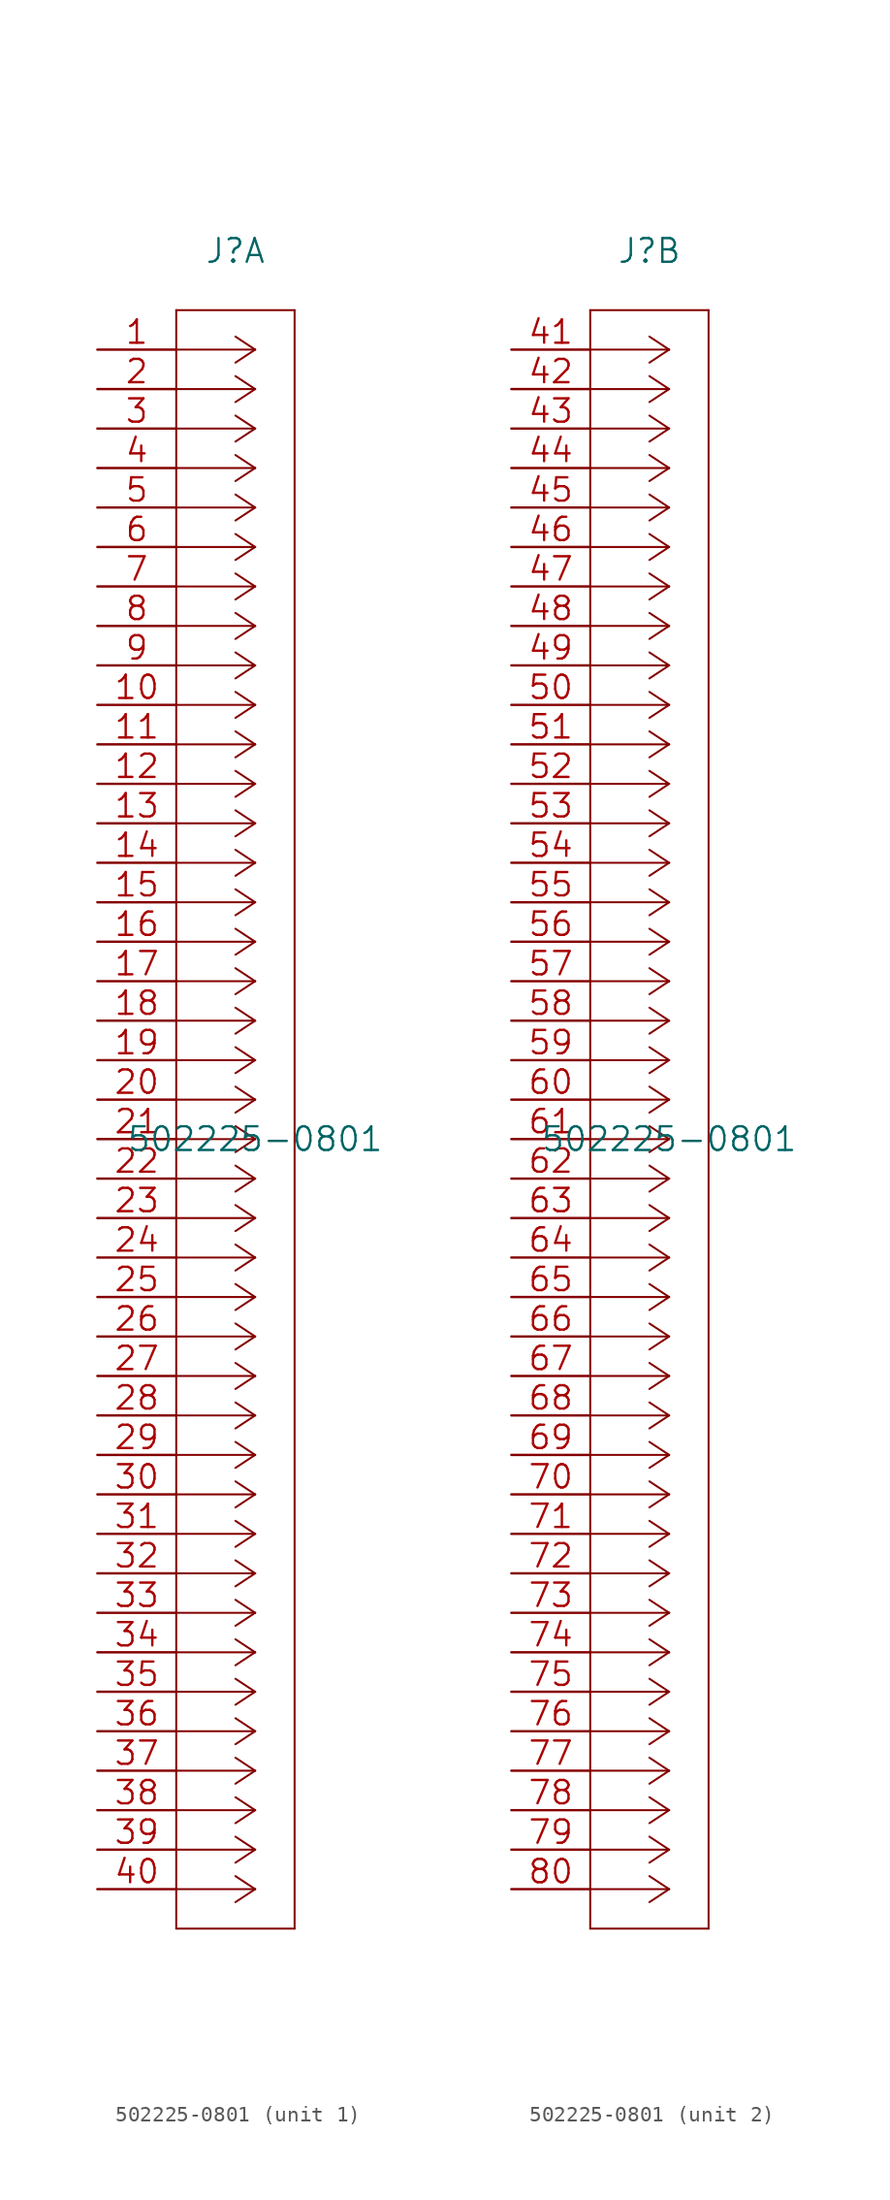
<source format=kicad_sym>
(kicad_symbol_lib
  (version 20211014)
  (generator kicad_symbol_editor)
  (symbol "502225-0801"
    (pin_names
      (offset 0.254) hide)
    (property "Reference" "J"
      (at 8.89 6.35 0)
      (effects (font (size 1.524 1.524))))
    (property "Value" "502225-0801"
      (at 10.16 -50.8 0)
      (effects (font (size 1.524 1.524))))
    (property "Datasheet" ""
      (at 0 0 0)
      (effects (font (size 1.524 1.524))))
    (property "ki_locked" ""
      (at 0 0 0)
      (effects (font (size 1.27 1.27))))
    (symbol "502225-0801_1_1"
      (polyline (pts (xy 5.08 -101.6) (xy 12.7 -101.6)) (stroke (width 0.127) (type default) (color 0 0 0 0)) (fill (type none)))
      (polyline (pts (xy 5.08 2.54) (xy 5.08 -101.6)) (stroke (width 0.127) (type default) (color 0 0 0 0)) (fill (type none)))
      (polyline (pts (xy 10.16 -99.06) (xy 5.08 -99.06)) (stroke (width 0.127) (type default) (color 0 0 0 0)) (fill (type none)))
      (polyline (pts (xy 10.16 -99.06) (xy 8.89 -99.898)) (stroke (width 0.127) (type default) (color 0 0 0 0)) (fill (type none)))
      (polyline (pts (xy 10.16 -99.06) (xy 8.89 -98.222)) (stroke (width 0.127) (type default) (color 0 0 0 0)) (fill (type none)))
      (polyline (pts (xy 10.16 -96.52) (xy 5.08 -96.52)) (stroke (width 0.127) (type default) (color 0 0 0 0)) (fill (type none)))
      (polyline (pts (xy 10.16 -96.52) (xy 8.89 -97.358)) (stroke (width 0.127) (type default) (color 0 0 0 0)) (fill (type none)))
      (polyline (pts (xy 10.16 -96.52) (xy 8.89 -95.682)) (stroke (width 0.127) (type default) (color 0 0 0 0)) (fill (type none)))
      (polyline (pts (xy 10.16 -93.98) (xy 5.08 -93.98)) (stroke (width 0.127) (type default) (color 0 0 0 0)) (fill (type none)))
      (polyline (pts (xy 10.16 -93.98) (xy 8.89 -94.818)) (stroke (width 0.127) (type default) (color 0 0 0 0)) (fill (type none)))
      (polyline (pts (xy 10.16 -93.98) (xy 8.89 -93.142)) (stroke (width 0.127) (type default) (color 0 0 0 0)) (fill (type none)))
      (polyline (pts (xy 10.16 -91.44) (xy 5.08 -91.44)) (stroke (width 0.127) (type default) (color 0 0 0 0)) (fill (type none)))
      (polyline (pts (xy 10.16 -91.44) (xy 8.89 -92.278)) (stroke (width 0.127) (type default) (color 0 0 0 0)) (fill (type none)))
      (polyline (pts (xy 10.16 -91.44) (xy 8.89 -90.602)) (stroke (width 0.127) (type default) (color 0 0 0 0)) (fill (type none)))
      (polyline (pts (xy 10.16 -88.9) (xy 5.08 -88.9)) (stroke (width 0.127) (type default) (color 0 0 0 0)) (fill (type none)))
      (polyline (pts (xy 10.16 -88.9) (xy 8.89 -89.738)) (stroke (width 0.127) (type default) (color 0 0 0 0)) (fill (type none)))
      (polyline (pts (xy 10.16 -88.9) (xy 8.89 -88.062)) (stroke (width 0.127) (type default) (color 0 0 0 0)) (fill (type none)))
      (polyline (pts (xy 10.16 -86.36) (xy 5.08 -86.36)) (stroke (width 0.127) (type default) (color 0 0 0 0)) (fill (type none)))
      (polyline (pts (xy 10.16 -86.36) (xy 8.89 -87.198)) (stroke (width 0.127) (type default) (color 0 0 0 0)) (fill (type none)))
      (polyline (pts (xy 10.16 -86.36) (xy 8.89 -85.522)) (stroke (width 0.127) (type default) (color 0 0 0 0)) (fill (type none)))
      (polyline (pts (xy 10.16 -83.82) (xy 5.08 -83.82)) (stroke (width 0.127) (type default) (color 0 0 0 0)) (fill (type none)))
      (polyline (pts (xy 10.16 -83.82) (xy 8.89 -84.658)) (stroke (width 0.127) (type default) (color 0 0 0 0)) (fill (type none)))
      (polyline (pts (xy 10.16 -83.82) (xy 8.89 -82.982)) (stroke (width 0.127) (type default) (color 0 0 0 0)) (fill (type none)))
      (polyline (pts (xy 10.16 -81.28) (xy 5.08 -81.28)) (stroke (width 0.127) (type default) (color 0 0 0 0)) (fill (type none)))
      (polyline (pts (xy 10.16 -81.28) (xy 8.89 -82.118)) (stroke (width 0.127) (type default) (color 0 0 0 0)) (fill (type none)))
      (polyline (pts (xy 10.16 -81.28) (xy 8.89 -80.442)) (stroke (width 0.127) (type default) (color 0 0 0 0)) (fill (type none)))
      (polyline (pts (xy 10.16 -78.74) (xy 5.08 -78.74)) (stroke (width 0.127) (type default) (color 0 0 0 0)) (fill (type none)))
      (polyline (pts (xy 10.16 -78.74) (xy 8.89 -79.578)) (stroke (width 0.127) (type default) (color 0 0 0 0)) (fill (type none)))
      (polyline (pts (xy 10.16 -78.74) (xy 8.89 -77.902)) (stroke (width 0.127) (type default) (color 0 0 0 0)) (fill (type none)))
      (polyline (pts (xy 10.16 -76.2) (xy 5.08 -76.2)) (stroke (width 0.127) (type default) (color 0 0 0 0)) (fill (type none)))
      (polyline (pts (xy 10.16 -76.2) (xy 8.89 -77.038)) (stroke (width 0.127) (type default) (color 0 0 0 0)) (fill (type none)))
      (polyline (pts (xy 10.16 -76.2) (xy 8.89 -75.362)) (stroke (width 0.127) (type default) (color 0 0 0 0)) (fill (type none)))
      (polyline (pts (xy 10.16 -73.66) (xy 5.08 -73.66)) (stroke (width 0.127) (type default) (color 0 0 0 0)) (fill (type none)))
      (polyline (pts (xy 10.16 -73.66) (xy 8.89 -74.498)) (stroke (width 0.127) (type default) (color 0 0 0 0)) (fill (type none)))
      (polyline (pts (xy 10.16 -73.66) (xy 8.89 -72.822)) (stroke (width 0.127) (type default) (color 0 0 0 0)) (fill (type none)))
      (polyline (pts (xy 10.16 -71.12) (xy 5.08 -71.12)) (stroke (width 0.127) (type default) (color 0 0 0 0)) (fill (type none)))
      (polyline (pts (xy 10.16 -71.12) (xy 8.89 -71.958)) (stroke (width 0.127) (type default) (color 0 0 0 0)) (fill (type none)))
      (polyline (pts (xy 10.16 -71.12) (xy 8.89 -70.282)) (stroke (width 0.127) (type default) (color 0 0 0 0)) (fill (type none)))
      (polyline (pts (xy 10.16 -68.58) (xy 5.08 -68.58)) (stroke (width 0.127) (type default) (color 0 0 0 0)) (fill (type none)))
      (polyline (pts (xy 10.16 -68.58) (xy 8.89 -69.418)) (stroke (width 0.127) (type default) (color 0 0 0 0)) (fill (type none)))
      (polyline (pts (xy 10.16 -68.58) (xy 8.89 -67.742)) (stroke (width 0.127) (type default) (color 0 0 0 0)) (fill (type none)))
      (polyline (pts (xy 10.16 -66.04) (xy 5.08 -66.04)) (stroke (width 0.127) (type default) (color 0 0 0 0)) (fill (type none)))
      (polyline (pts (xy 10.16 -66.04) (xy 8.89 -66.878)) (stroke (width 0.127) (type default) (color 0 0 0 0)) (fill (type none)))
      (polyline (pts (xy 10.16 -66.04) (xy 8.89 -65.202)) (stroke (width 0.127) (type default) (color 0 0 0 0)) (fill (type none)))
      (polyline (pts (xy 10.16 -63.5) (xy 5.08 -63.5)) (stroke (width 0.127) (type default) (color 0 0 0 0)) (fill (type none)))
      (polyline (pts (xy 10.16 -63.5) (xy 8.89 -64.338)) (stroke (width 0.127) (type default) (color 0 0 0 0)) (fill (type none)))
      (polyline (pts (xy 10.16 -63.5) (xy 8.89 -62.662)) (stroke (width 0.127) (type default) (color 0 0 0 0)) (fill (type none)))
      (polyline (pts (xy 10.16 -60.96) (xy 5.08 -60.96)) (stroke (width 0.127) (type default) (color 0 0 0 0)) (fill (type none)))
      (polyline (pts (xy 10.16 -60.96) (xy 8.89 -61.798)) (stroke (width 0.127) (type default) (color 0 0 0 0)) (fill (type none)))
      (polyline (pts (xy 10.16 -60.96) (xy 8.89 -60.122)) (stroke (width 0.127) (type default) (color 0 0 0 0)) (fill (type none)))
      (polyline (pts (xy 10.16 -58.42) (xy 5.08 -58.42)) (stroke (width 0.127) (type default) (color 0 0 0 0)) (fill (type none)))
      (polyline (pts (xy 10.16 -58.42) (xy 8.89 -59.258)) (stroke (width 0.127) (type default) (color 0 0 0 0)) (fill (type none)))
      (polyline (pts (xy 10.16 -58.42) (xy 8.89 -57.582)) (stroke (width 0.127) (type default) (color 0 0 0 0)) (fill (type none)))
      (polyline (pts (xy 10.16 -55.88) (xy 5.08 -55.88)) (stroke (width 0.127) (type default) (color 0 0 0 0)) (fill (type none)))
      (polyline (pts (xy 10.16 -55.88) (xy 8.89 -56.718)) (stroke (width 0.127) (type default) (color 0 0 0 0)) (fill (type none)))
      (polyline (pts (xy 10.16 -55.88) (xy 8.89 -55.042)) (stroke (width 0.127) (type default) (color 0 0 0 0)) (fill (type none)))
      (polyline (pts (xy 10.16 -53.34) (xy 5.08 -53.34)) (stroke (width 0.127) (type default) (color 0 0 0 0)) (fill (type none)))
      (polyline (pts (xy 10.16 -53.34) (xy 8.89 -54.178)) (stroke (width 0.127) (type default) (color 0 0 0 0)) (fill (type none)))
      (polyline (pts (xy 10.16 -53.34) (xy 8.89 -52.502)) (stroke (width 0.127) (type default) (color 0 0 0 0)) (fill (type none)))
      (polyline (pts (xy 10.16 -50.8) (xy 5.08 -50.8)) (stroke (width 0.127) (type default) (color 0 0 0 0)) (fill (type none)))
      (polyline (pts (xy 10.16 -50.8) (xy 8.89 -51.638)) (stroke (width 0.127) (type default) (color 0 0 0 0)) (fill (type none)))
      (polyline (pts (xy 10.16 -50.8) (xy 8.89 -49.962)) (stroke (width 0.127) (type default) (color 0 0 0 0)) (fill (type none)))
      (polyline (pts (xy 10.16 -48.26) (xy 5.08 -48.26)) (stroke (width 0.127) (type default) (color 0 0 0 0)) (fill (type none)))
      (polyline (pts (xy 10.16 -48.26) (xy 8.89 -49.098)) (stroke (width 0.127) (type default) (color 0 0 0 0)) (fill (type none)))
      (polyline (pts (xy 10.16 -48.26) (xy 8.89 -47.422)) (stroke (width 0.127) (type default) (color 0 0 0 0)) (fill (type none)))
      (polyline (pts (xy 10.16 -45.72) (xy 5.08 -45.72)) (stroke (width 0.127) (type default) (color 0 0 0 0)) (fill (type none)))
      (polyline (pts (xy 10.16 -45.72) (xy 8.89 -46.558)) (stroke (width 0.127) (type default) (color 0 0 0 0)) (fill (type none)))
      (polyline (pts (xy 10.16 -45.72) (xy 8.89 -44.882)) (stroke (width 0.127) (type default) (color 0 0 0 0)) (fill (type none)))
      (polyline (pts (xy 10.16 -43.18) (xy 5.08 -43.18)) (stroke (width 0.127) (type default) (color 0 0 0 0)) (fill (type none)))
      (polyline (pts (xy 10.16 -43.18) (xy 8.89 -44.018)) (stroke (width 0.127) (type default) (color 0 0 0 0)) (fill (type none)))
      (polyline (pts (xy 10.16 -43.18) (xy 8.89 -42.342)) (stroke (width 0.127) (type default) (color 0 0 0 0)) (fill (type none)))
      (polyline (pts (xy 10.16 -40.64) (xy 5.08 -40.64)) (stroke (width 0.127) (type default) (color 0 0 0 0)) (fill (type none)))
      (polyline (pts (xy 10.16 -40.64) (xy 8.89 -41.478)) (stroke (width 0.127) (type default) (color 0 0 0 0)) (fill (type none)))
      (polyline (pts (xy 10.16 -40.64) (xy 8.89 -39.802)) (stroke (width 0.127) (type default) (color 0 0 0 0)) (fill (type none)))
      (polyline (pts (xy 10.16 -38.1) (xy 5.08 -38.1)) (stroke (width 0.127) (type default) (color 0 0 0 0)) (fill (type none)))
      (polyline (pts (xy 10.16 -38.1) (xy 8.89 -38.938)) (stroke (width 0.127) (type default) (color 0 0 0 0)) (fill (type none)))
      (polyline (pts (xy 10.16 -38.1) (xy 8.89 -37.262)) (stroke (width 0.127) (type default) (color 0 0 0 0)) (fill (type none)))
      (polyline (pts (xy 10.16 -35.56) (xy 5.08 -35.56)) (stroke (width 0.127) (type default) (color 0 0 0 0)) (fill (type none)))
      (polyline (pts (xy 10.16 -35.56) (xy 8.89 -36.398)) (stroke (width 0.127) (type default) (color 0 0 0 0)) (fill (type none)))
      (polyline (pts (xy 10.16 -35.56) (xy 8.89 -34.722)) (stroke (width 0.127) (type default) (color 0 0 0 0)) (fill (type none)))
      (polyline (pts (xy 10.16 -33.02) (xy 5.08 -33.02)) (stroke (width 0.127) (type default) (color 0 0 0 0)) (fill (type none)))
      (polyline (pts (xy 10.16 -33.02) (xy 8.89 -33.858)) (stroke (width 0.127) (type default) (color 0 0 0 0)) (fill (type none)))
      (polyline (pts (xy 10.16 -33.02) (xy 8.89 -32.182)) (stroke (width 0.127) (type default) (color 0 0 0 0)) (fill (type none)))
      (polyline (pts (xy 10.16 -30.48) (xy 5.08 -30.48)) (stroke (width 0.127) (type default) (color 0 0 0 0)) (fill (type none)))
      (polyline (pts (xy 10.16 -30.48) (xy 8.89 -31.318)) (stroke (width 0.127) (type default) (color 0 0 0 0)) (fill (type none)))
      (polyline (pts (xy 10.16 -30.48) (xy 8.89 -29.642)) (stroke (width 0.127) (type default) (color 0 0 0 0)) (fill (type none)))
      (polyline (pts (xy 10.16 -27.94) (xy 5.08 -27.94)) (stroke (width 0.127) (type default) (color 0 0 0 0)) (fill (type none)))
      (polyline (pts (xy 10.16 -27.94) (xy 8.89 -28.778)) (stroke (width 0.127) (type default) (color 0 0 0 0)) (fill (type none)))
      (polyline (pts (xy 10.16 -27.94) (xy 8.89 -27.102)) (stroke (width 0.127) (type default) (color 0 0 0 0)) (fill (type none)))
      (polyline (pts (xy 10.16 -25.4) (xy 5.08 -25.4)) (stroke (width 0.127) (type default) (color 0 0 0 0)) (fill (type none)))
      (polyline (pts (xy 10.16 -25.4) (xy 8.89 -26.238)) (stroke (width 0.127) (type default) (color 0 0 0 0)) (fill (type none)))
      (polyline (pts (xy 10.16 -25.4) (xy 8.89 -24.562)) (stroke (width 0.127) (type default) (color 0 0 0 0)) (fill (type none)))
      (polyline (pts (xy 10.16 -22.86) (xy 5.08 -22.86)) (stroke (width 0.127) (type default) (color 0 0 0 0)) (fill (type none)))
      (polyline (pts (xy 10.16 -22.86) (xy 8.89 -23.698)) (stroke (width 0.127) (type default) (color 0 0 0 0)) (fill (type none)))
      (polyline (pts (xy 10.16 -22.86) (xy 8.89 -22.022)) (stroke (width 0.127) (type default) (color 0 0 0 0)) (fill (type none)))
      (polyline (pts (xy 10.16 -20.32) (xy 5.08 -20.32)) (stroke (width 0.127) (type default) (color 0 0 0 0)) (fill (type none)))
      (polyline (pts (xy 10.16 -20.32) (xy 8.89 -21.158)) (stroke (width 0.127) (type default) (color 0 0 0 0)) (fill (type none)))
      (polyline (pts (xy 10.16 -20.32) (xy 8.89 -19.482)) (stroke (width 0.127) (type default) (color 0 0 0 0)) (fill (type none)))
      (polyline (pts (xy 10.16 -17.78) (xy 5.08 -17.78)) (stroke (width 0.127) (type default) (color 0 0 0 0)) (fill (type none)))
      (polyline (pts (xy 10.16 -17.78) (xy 8.89 -18.618)) (stroke (width 0.127) (type default) (color 0 0 0 0)) (fill (type none)))
      (polyline (pts (xy 10.16 -17.78) (xy 8.89 -16.942)) (stroke (width 0.127) (type default) (color 0 0 0 0)) (fill (type none)))
      (polyline (pts (xy 10.16 -15.24) (xy 5.08 -15.24)) (stroke (width 0.127) (type default) (color 0 0 0 0)) (fill (type none)))
      (polyline (pts (xy 10.16 -15.24) (xy 8.89 -16.078)) (stroke (width 0.127) (type default) (color 0 0 0 0)) (fill (type none)))
      (polyline (pts (xy 10.16 -15.24) (xy 8.89 -14.402)) (stroke (width 0.127) (type default) (color 0 0 0 0)) (fill (type none)))
      (polyline (pts (xy 10.16 -12.7) (xy 5.08 -12.7)) (stroke (width 0.127) (type default) (color 0 0 0 0)) (fill (type none)))
      (polyline (pts (xy 10.16 -12.7) (xy 8.89 -13.538)) (stroke (width 0.127) (type default) (color 0 0 0 0)) (fill (type none)))
      (polyline (pts (xy 10.16 -12.7) (xy 8.89 -11.862)) (stroke (width 0.127) (type default) (color 0 0 0 0)) (fill (type none)))
      (polyline (pts (xy 10.16 -10.16) (xy 5.08 -10.16)) (stroke (width 0.127) (type default) (color 0 0 0 0)) (fill (type none)))
      (polyline (pts (xy 10.16 -10.16) (xy 8.89 -10.998)) (stroke (width 0.127) (type default) (color 0 0 0 0)) (fill (type none)))
      (polyline (pts (xy 10.16 -10.16) (xy 8.89 -9.322)) (stroke (width 0.127) (type default) (color 0 0 0 0)) (fill (type none)))
      (polyline (pts (xy 10.16 -7.62) (xy 5.08 -7.62)) (stroke (width 0.127) (type default) (color 0 0 0 0)) (fill (type none)))
      (polyline (pts (xy 10.16 -7.62) (xy 8.89 -8.458)) (stroke (width 0.127) (type default) (color 0 0 0 0)) (fill (type none)))
      (polyline (pts (xy 10.16 -7.62) (xy 8.89 -6.782)) (stroke (width 0.127) (type default) (color 0 0 0 0)) (fill (type none)))
      (polyline (pts (xy 10.16 -5.08) (xy 5.08 -5.08)) (stroke (width 0.127) (type default) (color 0 0 0 0)) (fill (type none)))
      (polyline (pts (xy 10.16 -5.08) (xy 8.89 -5.918)) (stroke (width 0.127) (type default) (color 0 0 0 0)) (fill (type none)))
      (polyline (pts (xy 10.16 -5.08) (xy 8.89 -4.242)) (stroke (width 0.127) (type default) (color 0 0 0 0)) (fill (type none)))
      (polyline (pts (xy 10.16 -2.54) (xy 5.08 -2.54)) (stroke (width 0.127) (type default) (color 0 0 0 0)) (fill (type none)))
      (polyline (pts (xy 10.16 -2.54) (xy 8.89 -3.378)) (stroke (width 0.127) (type default) (color 0 0 0 0)) (fill (type none)))
      (polyline (pts (xy 10.16 -2.54) (xy 8.89 -1.702)) (stroke (width 0.127) (type default) (color 0 0 0 0)) (fill (type none)))
      (polyline (pts (xy 10.16 0) (xy 5.08 0)) (stroke (width 0.127) (type default) (color 0 0 0 0)) (fill (type none)))
      (polyline (pts (xy 10.16 0) (xy 8.89 -0.838)) (stroke (width 0.127) (type default) (color 0 0 0 0)) (fill (type none)))
      (polyline (pts (xy 10.16 0) (xy 8.89 0.838)) (stroke (width 0.127) (type default) (color 0 0 0 0)) (fill (type none)))
      (polyline (pts (xy 12.7 -101.6) (xy 12.7 2.54)) (stroke (width 0.127) (type default) (color 0 0 0 0)) (fill (type none)))
      (polyline (pts (xy 12.7 2.54) (xy 5.08 2.54)) (stroke (width 0.127) (type default) (color 0 0 0 0)) (fill (type none)))
      (pin unspecified line (at 0 0 0) (length 5.08) (name "1" (effects (font (size 1.499 1.499)))) (number "1" (effects (font (size 1.499 1.499)))))
      (pin unspecified line (at 0 -22.86 0) (length 5.08) (name "10" (effects (font (size 1.499 1.499)))) (number "10" (effects (font (size 1.499 1.499)))))
      (pin unspecified line (at 0 -25.4 0) (length 5.08) (name "11" (effects (font (size 1.499 1.499)))) (number "11" (effects (font (size 1.499 1.499)))))
      (pin unspecified line (at 0 -27.94 0) (length 5.08) (name "12" (effects (font (size 1.499 1.499)))) (number "12" (effects (font (size 1.499 1.499)))))
      (pin unspecified line (at 0 -30.48 0) (length 5.08) (name "13" (effects (font (size 1.499 1.499)))) (number "13" (effects (font (size 1.499 1.499)))))
      (pin unspecified line (at 0 -33.02 0) (length 5.08) (name "14" (effects (font (size 1.499 1.499)))) (number "14" (effects (font (size 1.499 1.499)))))
      (pin unspecified line (at 0 -35.56 0) (length 5.08) (name "15" (effects (font (size 1.499 1.499)))) (number "15" (effects (font (size 1.499 1.499)))))
      (pin unspecified line (at 0 -38.1 0) (length 5.08) (name "16" (effects (font (size 1.499 1.499)))) (number "16" (effects (font (size 1.499 1.499)))))
      (pin unspecified line (at 0 -40.64 0) (length 5.08) (name "17" (effects (font (size 1.499 1.499)))) (number "17" (effects (font (size 1.499 1.499)))))
      (pin unspecified line (at 0 -43.18 0) (length 5.08) (name "18" (effects (font (size 1.499 1.499)))) (number "18" (effects (font (size 1.499 1.499)))))
      (pin unspecified line (at 0 -45.72 0) (length 5.08) (name "19" (effects (font (size 1.499 1.499)))) (number "19" (effects (font (size 1.499 1.499)))))
      (pin unspecified line (at 0 -2.54 0) (length 5.08) (name "2" (effects (font (size 1.499 1.499)))) (number "2" (effects (font (size 1.499 1.499)))))
      (pin unspecified line (at 0 -48.26 0) (length 5.08) (name "20" (effects (font (size 1.499 1.499)))) (number "20" (effects (font (size 1.499 1.499)))))
      (pin unspecified line (at 0 -50.8 0) (length 5.08) (name "21" (effects (font (size 1.499 1.499)))) (number "21" (effects (font (size 1.499 1.499)))))
      (pin unspecified line (at 0 -53.34 0) (length 5.08) (name "22" (effects (font (size 1.499 1.499)))) (number "22" (effects (font (size 1.499 1.499)))))
      (pin unspecified line (at 0 -55.88 0) (length 5.08) (name "23" (effects (font (size 1.499 1.499)))) (number "23" (effects (font (size 1.499 1.499)))))
      (pin unspecified line (at 0 -58.42 0) (length 5.08) (name "24" (effects (font (size 1.499 1.499)))) (number "24" (effects (font (size 1.499 1.499)))))
      (pin unspecified line (at 0 -60.96 0) (length 5.08) (name "25" (effects (font (size 1.499 1.499)))) (number "25" (effects (font (size 1.499 1.499)))))
      (pin unspecified line (at 0 -63.5 0) (length 5.08) (name "26" (effects (font (size 1.499 1.499)))) (number "26" (effects (font (size 1.499 1.499)))))
      (pin unspecified line (at 0 -66.04 0) (length 5.08) (name "27" (effects (font (size 1.499 1.499)))) (number "27" (effects (font (size 1.499 1.499)))))
      (pin unspecified line (at 0 -68.58 0) (length 5.08) (name "28" (effects (font (size 1.499 1.499)))) (number "28" (effects (font (size 1.499 1.499)))))
      (pin unspecified line (at 0 -71.12 0) (length 5.08) (name "29" (effects (font (size 1.499 1.499)))) (number "29" (effects (font (size 1.499 1.499)))))
      (pin unspecified line (at 0 -5.08 0) (length 5.08) (name "3" (effects (font (size 1.499 1.499)))) (number "3" (effects (font (size 1.499 1.499)))))
      (pin unspecified line (at 0 -73.66 0) (length 5.08) (name "30" (effects (font (size 1.499 1.499)))) (number "30" (effects (font (size 1.499 1.499)))))
      (pin unspecified line (at 0 -76.2 0) (length 5.08) (name "31" (effects (font (size 1.499 1.499)))) (number "31" (effects (font (size 1.499 1.499)))))
      (pin unspecified line (at 0 -78.74 0) (length 5.08) (name "32" (effects (font (size 1.499 1.499)))) (number "32" (effects (font (size 1.499 1.499)))))
      (pin unspecified line (at 0 -81.28 0) (length 5.08) (name "33" (effects (font (size 1.499 1.499)))) (number "33" (effects (font (size 1.499 1.499)))))
      (pin unspecified line (at 0 -83.82 0) (length 5.08) (name "34" (effects (font (size 1.499 1.499)))) (number "34" (effects (font (size 1.499 1.499)))))
      (pin unspecified line (at 0 -86.36 0) (length 5.08) (name "35" (effects (font (size 1.499 1.499)))) (number "35" (effects (font (size 1.499 1.499)))))
      (pin unspecified line (at 0 -88.9 0) (length 5.08) (name "36" (effects (font (size 1.499 1.499)))) (number "36" (effects (font (size 1.499 1.499)))))
      (pin unspecified line (at 0 -91.44 0) (length 5.08) (name "37" (effects (font (size 1.499 1.499)))) (number "37" (effects (font (size 1.499 1.499)))))
      (pin unspecified line (at 0 -93.98 0) (length 5.08) (name "38" (effects (font (size 1.499 1.499)))) (number "38" (effects (font (size 1.499 1.499)))))
      (pin unspecified line (at 0 -96.52 0) (length 5.08) (name "39" (effects (font (size 1.499 1.499)))) (number "39" (effects (font (size 1.499 1.499)))))
      (pin unspecified line (at 0 -7.62 0) (length 5.08) (name "4" (effects (font (size 1.499 1.499)))) (number "4" (effects (font (size 1.499 1.499)))))
      (pin unspecified line (at 0 -99.06 0) (length 5.08) (name "40" (effects (font (size 1.499 1.499)))) (number "40" (effects (font (size 1.499 1.499)))))
      (pin unspecified line (at 0 -10.16 0) (length 5.08) (name "5" (effects (font (size 1.499 1.499)))) (number "5" (effects (font (size 1.499 1.499)))))
      (pin unspecified line (at 0 -12.7 0) (length 5.08) (name "6" (effects (font (size 1.499 1.499)))) (number "6" (effects (font (size 1.499 1.499)))))
      (pin unspecified line (at 0 -15.24 0) (length 5.08) (name "7" (effects (font (size 1.499 1.499)))) (number "7" (effects (font (size 1.499 1.499)))))
      (pin unspecified line (at 0 -17.78 0) (length 5.08) (name "8" (effects (font (size 1.499 1.499)))) (number "8" (effects (font (size 1.499 1.499)))))
      (pin unspecified line (at 0 -20.32 0) (length 5.08) (name "9" (effects (font (size 1.499 1.499)))) (number "9" (effects (font (size 1.499 1.499))))))
    (symbol "502225-0801_2_1"
      (polyline (pts (xy 5.08 -101.6) (xy 12.7 -101.6)) (stroke (width 0.127) (type default) (color 0 0 0 0)) (fill (type none)))
      (polyline (pts (xy 5.08 2.54) (xy 5.08 -101.6)) (stroke (width 0.127) (type default) (color 0 0 0 0)) (fill (type none)))
      (polyline (pts (xy 10.16 -99.06) (xy 5.08 -99.06)) (stroke (width 0.127) (type default) (color 0 0 0 0)) (fill (type none)))
      (polyline (pts (xy 10.16 -99.06) (xy 8.89 -99.898)) (stroke (width 0.127) (type default) (color 0 0 0 0)) (fill (type none)))
      (polyline (pts (xy 10.16 -99.06) (xy 8.89 -98.222)) (stroke (width 0.127) (type default) (color 0 0 0 0)) (fill (type none)))
      (polyline (pts (xy 10.16 -96.52) (xy 5.08 -96.52)) (stroke (width 0.127) (type default) (color 0 0 0 0)) (fill (type none)))
      (polyline (pts (xy 10.16 -96.52) (xy 8.89 -97.358)) (stroke (width 0.127) (type default) (color 0 0 0 0)) (fill (type none)))
      (polyline (pts (xy 10.16 -96.52) (xy 8.89 -95.682)) (stroke (width 0.127) (type default) (color 0 0 0 0)) (fill (type none)))
      (polyline (pts (xy 10.16 -93.98) (xy 5.08 -93.98)) (stroke (width 0.127) (type default) (color 0 0 0 0)) (fill (type none)))
      (polyline (pts (xy 10.16 -93.98) (xy 8.89 -94.818)) (stroke (width 0.127) (type default) (color 0 0 0 0)) (fill (type none)))
      (polyline (pts (xy 10.16 -93.98) (xy 8.89 -93.142)) (stroke (width 0.127) (type default) (color 0 0 0 0)) (fill (type none)))
      (polyline (pts (xy 10.16 -91.44) (xy 5.08 -91.44)) (stroke (width 0.127) (type default) (color 0 0 0 0)) (fill (type none)))
      (polyline (pts (xy 10.16 -91.44) (xy 8.89 -92.278)) (stroke (width 0.127) (type default) (color 0 0 0 0)) (fill (type none)))
      (polyline (pts (xy 10.16 -91.44) (xy 8.89 -90.602)) (stroke (width 0.127) (type default) (color 0 0 0 0)) (fill (type none)))
      (polyline (pts (xy 10.16 -88.9) (xy 5.08 -88.9)) (stroke (width 0.127) (type default) (color 0 0 0 0)) (fill (type none)))
      (polyline (pts (xy 10.16 -88.9) (xy 8.89 -89.738)) (stroke (width 0.127) (type default) (color 0 0 0 0)) (fill (type none)))
      (polyline (pts (xy 10.16 -88.9) (xy 8.89 -88.062)) (stroke (width 0.127) (type default) (color 0 0 0 0)) (fill (type none)))
      (polyline (pts (xy 10.16 -86.36) (xy 5.08 -86.36)) (stroke (width 0.127) (type default) (color 0 0 0 0)) (fill (type none)))
      (polyline (pts (xy 10.16 -86.36) (xy 8.89 -87.198)) (stroke (width 0.127) (type default) (color 0 0 0 0)) (fill (type none)))
      (polyline (pts (xy 10.16 -86.36) (xy 8.89 -85.522)) (stroke (width 0.127) (type default) (color 0 0 0 0)) (fill (type none)))
      (polyline (pts (xy 10.16 -83.82) (xy 5.08 -83.82)) (stroke (width 0.127) (type default) (color 0 0 0 0)) (fill (type none)))
      (polyline (pts (xy 10.16 -83.82) (xy 8.89 -84.658)) (stroke (width 0.127) (type default) (color 0 0 0 0)) (fill (type none)))
      (polyline (pts (xy 10.16 -83.82) (xy 8.89 -82.982)) (stroke (width 0.127) (type default) (color 0 0 0 0)) (fill (type none)))
      (polyline (pts (xy 10.16 -81.28) (xy 5.08 -81.28)) (stroke (width 0.127) (type default) (color 0 0 0 0)) (fill (type none)))
      (polyline (pts (xy 10.16 -81.28) (xy 8.89 -82.118)) (stroke (width 0.127) (type default) (color 0 0 0 0)) (fill (type none)))
      (polyline (pts (xy 10.16 -81.28) (xy 8.89 -80.442)) (stroke (width 0.127) (type default) (color 0 0 0 0)) (fill (type none)))
      (polyline (pts (xy 10.16 -78.74) (xy 5.08 -78.74)) (stroke (width 0.127) (type default) (color 0 0 0 0)) (fill (type none)))
      (polyline (pts (xy 10.16 -78.74) (xy 8.89 -79.578)) (stroke (width 0.127) (type default) (color 0 0 0 0)) (fill (type none)))
      (polyline (pts (xy 10.16 -78.74) (xy 8.89 -77.902)) (stroke (width 0.127) (type default) (color 0 0 0 0)) (fill (type none)))
      (polyline (pts (xy 10.16 -76.2) (xy 5.08 -76.2)) (stroke (width 0.127) (type default) (color 0 0 0 0)) (fill (type none)))
      (polyline (pts (xy 10.16 -76.2) (xy 8.89 -77.038)) (stroke (width 0.127) (type default) (color 0 0 0 0)) (fill (type none)))
      (polyline (pts (xy 10.16 -76.2) (xy 8.89 -75.362)) (stroke (width 0.127) (type default) (color 0 0 0 0)) (fill (type none)))
      (polyline (pts (xy 10.16 -73.66) (xy 5.08 -73.66)) (stroke (width 0.127) (type default) (color 0 0 0 0)) (fill (type none)))
      (polyline (pts (xy 10.16 -73.66) (xy 8.89 -74.498)) (stroke (width 0.127) (type default) (color 0 0 0 0)) (fill (type none)))
      (polyline (pts (xy 10.16 -73.66) (xy 8.89 -72.822)) (stroke (width 0.127) (type default) (color 0 0 0 0)) (fill (type none)))
      (polyline (pts (xy 10.16 -71.12) (xy 5.08 -71.12)) (stroke (width 0.127) (type default) (color 0 0 0 0)) (fill (type none)))
      (polyline (pts (xy 10.16 -71.12) (xy 8.89 -71.958)) (stroke (width 0.127) (type default) (color 0 0 0 0)) (fill (type none)))
      (polyline (pts (xy 10.16 -71.12) (xy 8.89 -70.282)) (stroke (width 0.127) (type default) (color 0 0 0 0)) (fill (type none)))
      (polyline (pts (xy 10.16 -68.58) (xy 5.08 -68.58)) (stroke (width 0.127) (type default) (color 0 0 0 0)) (fill (type none)))
      (polyline (pts (xy 10.16 -68.58) (xy 8.89 -69.418)) (stroke (width 0.127) (type default) (color 0 0 0 0)) (fill (type none)))
      (polyline (pts (xy 10.16 -68.58) (xy 8.89 -67.742)) (stroke (width 0.127) (type default) (color 0 0 0 0)) (fill (type none)))
      (polyline (pts (xy 10.16 -66.04) (xy 5.08 -66.04)) (stroke (width 0.127) (type default) (color 0 0 0 0)) (fill (type none)))
      (polyline (pts (xy 10.16 -66.04) (xy 8.89 -66.878)) (stroke (width 0.127) (type default) (color 0 0 0 0)) (fill (type none)))
      (polyline (pts (xy 10.16 -66.04) (xy 8.89 -65.202)) (stroke (width 0.127) (type default) (color 0 0 0 0)) (fill (type none)))
      (polyline (pts (xy 10.16 -63.5) (xy 5.08 -63.5)) (stroke (width 0.127) (type default) (color 0 0 0 0)) (fill (type none)))
      (polyline (pts (xy 10.16 -63.5) (xy 8.89 -64.338)) (stroke (width 0.127) (type default) (color 0 0 0 0)) (fill (type none)))
      (polyline (pts (xy 10.16 -63.5) (xy 8.89 -62.662)) (stroke (width 0.127) (type default) (color 0 0 0 0)) (fill (type none)))
      (polyline (pts (xy 10.16 -60.96) (xy 5.08 -60.96)) (stroke (width 0.127) (type default) (color 0 0 0 0)) (fill (type none)))
      (polyline (pts (xy 10.16 -60.96) (xy 8.89 -61.798)) (stroke (width 0.127) (type default) (color 0 0 0 0)) (fill (type none)))
      (polyline (pts (xy 10.16 -60.96) (xy 8.89 -60.122)) (stroke (width 0.127) (type default) (color 0 0 0 0)) (fill (type none)))
      (polyline (pts (xy 10.16 -58.42) (xy 5.08 -58.42)) (stroke (width 0.127) (type default) (color 0 0 0 0)) (fill (type none)))
      (polyline (pts (xy 10.16 -58.42) (xy 8.89 -59.258)) (stroke (width 0.127) (type default) (color 0 0 0 0)) (fill (type none)))
      (polyline (pts (xy 10.16 -58.42) (xy 8.89 -57.582)) (stroke (width 0.127) (type default) (color 0 0 0 0)) (fill (type none)))
      (polyline (pts (xy 10.16 -55.88) (xy 5.08 -55.88)) (stroke (width 0.127) (type default) (color 0 0 0 0)) (fill (type none)))
      (polyline (pts (xy 10.16 -55.88) (xy 8.89 -56.718)) (stroke (width 0.127) (type default) (color 0 0 0 0)) (fill (type none)))
      (polyline (pts (xy 10.16 -55.88) (xy 8.89 -55.042)) (stroke (width 0.127) (type default) (color 0 0 0 0)) (fill (type none)))
      (polyline (pts (xy 10.16 -53.34) (xy 5.08 -53.34)) (stroke (width 0.127) (type default) (color 0 0 0 0)) (fill (type none)))
      (polyline (pts (xy 10.16 -53.34) (xy 8.89 -54.178)) (stroke (width 0.127) (type default) (color 0 0 0 0)) (fill (type none)))
      (polyline (pts (xy 10.16 -53.34) (xy 8.89 -52.502)) (stroke (width 0.127) (type default) (color 0 0 0 0)) (fill (type none)))
      (polyline (pts (xy 10.16 -50.8) (xy 5.08 -50.8)) (stroke (width 0.127) (type default) (color 0 0 0 0)) (fill (type none)))
      (polyline (pts (xy 10.16 -50.8) (xy 8.89 -51.638)) (stroke (width 0.127) (type default) (color 0 0 0 0)) (fill (type none)))
      (polyline (pts (xy 10.16 -50.8) (xy 8.89 -49.962)) (stroke (width 0.127) (type default) (color 0 0 0 0)) (fill (type none)))
      (polyline (pts (xy 10.16 -48.26) (xy 5.08 -48.26)) (stroke (width 0.127) (type default) (color 0 0 0 0)) (fill (type none)))
      (polyline (pts (xy 10.16 -48.26) (xy 8.89 -49.098)) (stroke (width 0.127) (type default) (color 0 0 0 0)) (fill (type none)))
      (polyline (pts (xy 10.16 -48.26) (xy 8.89 -47.422)) (stroke (width 0.127) (type default) (color 0 0 0 0)) (fill (type none)))
      (polyline (pts (xy 10.16 -45.72) (xy 5.08 -45.72)) (stroke (width 0.127) (type default) (color 0 0 0 0)) (fill (type none)))
      (polyline (pts (xy 10.16 -45.72) (xy 8.89 -46.558)) (stroke (width 0.127) (type default) (color 0 0 0 0)) (fill (type none)))
      (polyline (pts (xy 10.16 -45.72) (xy 8.89 -44.882)) (stroke (width 0.127) (type default) (color 0 0 0 0)) (fill (type none)))
      (polyline (pts (xy 10.16 -43.18) (xy 5.08 -43.18)) (stroke (width 0.127) (type default) (color 0 0 0 0)) (fill (type none)))
      (polyline (pts (xy 10.16 -43.18) (xy 8.89 -44.018)) (stroke (width 0.127) (type default) (color 0 0 0 0)) (fill (type none)))
      (polyline (pts (xy 10.16 -43.18) (xy 8.89 -42.342)) (stroke (width 0.127) (type default) (color 0 0 0 0)) (fill (type none)))
      (polyline (pts (xy 10.16 -40.64) (xy 5.08 -40.64)) (stroke (width 0.127) (type default) (color 0 0 0 0)) (fill (type none)))
      (polyline (pts (xy 10.16 -40.64) (xy 8.89 -41.478)) (stroke (width 0.127) (type default) (color 0 0 0 0)) (fill (type none)))
      (polyline (pts (xy 10.16 -40.64) (xy 8.89 -39.802)) (stroke (width 0.127) (type default) (color 0 0 0 0)) (fill (type none)))
      (polyline (pts (xy 10.16 -38.1) (xy 5.08 -38.1)) (stroke (width 0.127) (type default) (color 0 0 0 0)) (fill (type none)))
      (polyline (pts (xy 10.16 -38.1) (xy 8.89 -38.938)) (stroke (width 0.127) (type default) (color 0 0 0 0)) (fill (type none)))
      (polyline (pts (xy 10.16 -38.1) (xy 8.89 -37.262)) (stroke (width 0.127) (type default) (color 0 0 0 0)) (fill (type none)))
      (polyline (pts (xy 10.16 -35.56) (xy 5.08 -35.56)) (stroke (width 0.127) (type default) (color 0 0 0 0)) (fill (type none)))
      (polyline (pts (xy 10.16 -35.56) (xy 8.89 -36.398)) (stroke (width 0.127) (type default) (color 0 0 0 0)) (fill (type none)))
      (polyline (pts (xy 10.16 -35.56) (xy 8.89 -34.722)) (stroke (width 0.127) (type default) (color 0 0 0 0)) (fill (type none)))
      (polyline (pts (xy 10.16 -33.02) (xy 5.08 -33.02)) (stroke (width 0.127) (type default) (color 0 0 0 0)) (fill (type none)))
      (polyline (pts (xy 10.16 -33.02) (xy 8.89 -33.858)) (stroke (width 0.127) (type default) (color 0 0 0 0)) (fill (type none)))
      (polyline (pts (xy 10.16 -33.02) (xy 8.89 -32.182)) (stroke (width 0.127) (type default) (color 0 0 0 0)) (fill (type none)))
      (polyline (pts (xy 10.16 -30.48) (xy 5.08 -30.48)) (stroke (width 0.127) (type default) (color 0 0 0 0)) (fill (type none)))
      (polyline (pts (xy 10.16 -30.48) (xy 8.89 -31.318)) (stroke (width 0.127) (type default) (color 0 0 0 0)) (fill (type none)))
      (polyline (pts (xy 10.16 -30.48) (xy 8.89 -29.642)) (stroke (width 0.127) (type default) (color 0 0 0 0)) (fill (type none)))
      (polyline (pts (xy 10.16 -27.94) (xy 5.08 -27.94)) (stroke (width 0.127) (type default) (color 0 0 0 0)) (fill (type none)))
      (polyline (pts (xy 10.16 -27.94) (xy 8.89 -28.778)) (stroke (width 0.127) (type default) (color 0 0 0 0)) (fill (type none)))
      (polyline (pts (xy 10.16 -27.94) (xy 8.89 -27.102)) (stroke (width 0.127) (type default) (color 0 0 0 0)) (fill (type none)))
      (polyline (pts (xy 10.16 -25.4) (xy 5.08 -25.4)) (stroke (width 0.127) (type default) (color 0 0 0 0)) (fill (type none)))
      (polyline (pts (xy 10.16 -25.4) (xy 8.89 -26.238)) (stroke (width 0.127) (type default) (color 0 0 0 0)) (fill (type none)))
      (polyline (pts (xy 10.16 -25.4) (xy 8.89 -24.562)) (stroke (width 0.127) (type default) (color 0 0 0 0)) (fill (type none)))
      (polyline (pts (xy 10.16 -22.86) (xy 5.08 -22.86)) (stroke (width 0.127) (type default) (color 0 0 0 0)) (fill (type none)))
      (polyline (pts (xy 10.16 -22.86) (xy 8.89 -23.698)) (stroke (width 0.127) (type default) (color 0 0 0 0)) (fill (type none)))
      (polyline (pts (xy 10.16 -22.86) (xy 8.89 -22.022)) (stroke (width 0.127) (type default) (color 0 0 0 0)) (fill (type none)))
      (polyline (pts (xy 10.16 -20.32) (xy 5.08 -20.32)) (stroke (width 0.127) (type default) (color 0 0 0 0)) (fill (type none)))
      (polyline (pts (xy 10.16 -20.32) (xy 8.89 -21.158)) (stroke (width 0.127) (type default) (color 0 0 0 0)) (fill (type none)))
      (polyline (pts (xy 10.16 -20.32) (xy 8.89 -19.482)) (stroke (width 0.127) (type default) (color 0 0 0 0)) (fill (type none)))
      (polyline (pts (xy 10.16 -17.78) (xy 5.08 -17.78)) (stroke (width 0.127) (type default) (color 0 0 0 0)) (fill (type none)))
      (polyline (pts (xy 10.16 -17.78) (xy 8.89 -18.618)) (stroke (width 0.127) (type default) (color 0 0 0 0)) (fill (type none)))
      (polyline (pts (xy 10.16 -17.78) (xy 8.89 -16.942)) (stroke (width 0.127) (type default) (color 0 0 0 0)) (fill (type none)))
      (polyline (pts (xy 10.16 -15.24) (xy 5.08 -15.24)) (stroke (width 0.127) (type default) (color 0 0 0 0)) (fill (type none)))
      (polyline (pts (xy 10.16 -15.24) (xy 8.89 -16.078)) (stroke (width 0.127) (type default) (color 0 0 0 0)) (fill (type none)))
      (polyline (pts (xy 10.16 -15.24) (xy 8.89 -14.402)) (stroke (width 0.127) (type default) (color 0 0 0 0)) (fill (type none)))
      (polyline (pts (xy 10.16 -12.7) (xy 5.08 -12.7)) (stroke (width 0.127) (type default) (color 0 0 0 0)) (fill (type none)))
      (polyline (pts (xy 10.16 -12.7) (xy 8.89 -13.538)) (stroke (width 0.127) (type default) (color 0 0 0 0)) (fill (type none)))
      (polyline (pts (xy 10.16 -12.7) (xy 8.89 -11.862)) (stroke (width 0.127) (type default) (color 0 0 0 0)) (fill (type none)))
      (polyline (pts (xy 10.16 -10.16) (xy 5.08 -10.16)) (stroke (width 0.127) (type default) (color 0 0 0 0)) (fill (type none)))
      (polyline (pts (xy 10.16 -10.16) (xy 8.89 -10.998)) (stroke (width 0.127) (type default) (color 0 0 0 0)) (fill (type none)))
      (polyline (pts (xy 10.16 -10.16) (xy 8.89 -9.322)) (stroke (width 0.127) (type default) (color 0 0 0 0)) (fill (type none)))
      (polyline (pts (xy 10.16 -7.62) (xy 5.08 -7.62)) (stroke (width 0.127) (type default) (color 0 0 0 0)) (fill (type none)))
      (polyline (pts (xy 10.16 -7.62) (xy 8.89 -8.458)) (stroke (width 0.127) (type default) (color 0 0 0 0)) (fill (type none)))
      (polyline (pts (xy 10.16 -7.62) (xy 8.89 -6.782)) (stroke (width 0.127) (type default) (color 0 0 0 0)) (fill (type none)))
      (polyline (pts (xy 10.16 -5.08) (xy 5.08 -5.08)) (stroke (width 0.127) (type default) (color 0 0 0 0)) (fill (type none)))
      (polyline (pts (xy 10.16 -5.08) (xy 8.89 -5.918)) (stroke (width 0.127) (type default) (color 0 0 0 0)) (fill (type none)))
      (polyline (pts (xy 10.16 -5.08) (xy 8.89 -4.242)) (stroke (width 0.127) (type default) (color 0 0 0 0)) (fill (type none)))
      (polyline (pts (xy 10.16 -2.54) (xy 5.08 -2.54)) (stroke (width 0.127) (type default) (color 0 0 0 0)) (fill (type none)))
      (polyline (pts (xy 10.16 -2.54) (xy 8.89 -3.378)) (stroke (width 0.127) (type default) (color 0 0 0 0)) (fill (type none)))
      (polyline (pts (xy 10.16 -2.54) (xy 8.89 -1.702)) (stroke (width 0.127) (type default) (color 0 0 0 0)) (fill (type none)))
      (polyline (pts (xy 10.16 0) (xy 5.08 0)) (stroke (width 0.127) (type default) (color 0 0 0 0)) (fill (type none)))
      (polyline (pts (xy 10.16 0) (xy 8.89 -0.838)) (stroke (width 0.127) (type default) (color 0 0 0 0)) (fill (type none)))
      (polyline (pts (xy 10.16 0) (xy 8.89 0.838)) (stroke (width 0.127) (type default) (color 0 0 0 0)) (fill (type none)))
      (polyline (pts (xy 12.7 -101.6) (xy 12.7 2.54)) (stroke (width 0.127) (type default) (color 0 0 0 0)) (fill (type none)))
      (polyline (pts (xy 12.7 2.54) (xy 5.08 2.54)) (stroke (width 0.127) (type default) (color 0 0 0 0)) (fill (type none)))
      (pin unspecified line (at 0 0 0) (length 5.08) (name "41" (effects (font (size 1.499 1.499)))) (number "41" (effects (font (size 1.499 1.499)))))
      (pin unspecified line (at 0 -2.54 0) (length 5.08) (name "42" (effects (font (size 1.499 1.499)))) (number "42" (effects (font (size 1.499 1.499)))))
      (pin unspecified line (at 0 -5.08 0) (length 5.08) (name "43" (effects (font (size 1.499 1.499)))) (number "43" (effects (font (size 1.499 1.499)))))
      (pin unspecified line (at 0 -7.62 0) (length 5.08) (name "44" (effects (font (size 1.499 1.499)))) (number "44" (effects (font (size 1.499 1.499)))))
      (pin unspecified line (at 0 -10.16 0) (length 5.08) (name "45" (effects (font (size 1.499 1.499)))) (number "45" (effects (font (size 1.499 1.499)))))
      (pin unspecified line (at 0 -12.7 0) (length 5.08) (name "46" (effects (font (size 1.499 1.499)))) (number "46" (effects (font (size 1.499 1.499)))))
      (pin unspecified line (at 0 -15.24 0) (length 5.08) (name "47" (effects (font (size 1.499 1.499)))) (number "47" (effects (font (size 1.499 1.499)))))
      (pin unspecified line (at 0 -17.78 0) (length 5.08) (name "48" (effects (font (size 1.499 1.499)))) (number "48" (effects (font (size 1.499 1.499)))))
      (pin unspecified line (at 0 -20.32 0) (length 5.08) (name "49" (effects (font (size 1.499 1.499)))) (number "49" (effects (font (size 1.499 1.499)))))
      (pin unspecified line (at 0 -22.86 0) (length 5.08) (name "50" (effects (font (size 1.499 1.499)))) (number "50" (effects (font (size 1.499 1.499)))))
      (pin unspecified line (at 0 -25.4 0) (length 5.08) (name "51" (effects (font (size 1.499 1.499)))) (number "51" (effects (font (size 1.499 1.499)))))
      (pin unspecified line (at 0 -27.94 0) (length 5.08) (name "52" (effects (font (size 1.499 1.499)))) (number "52" (effects (font (size 1.499 1.499)))))
      (pin unspecified line (at 0 -30.48 0) (length 5.08) (name "53" (effects (font (size 1.499 1.499)))) (number "53" (effects (font (size 1.499 1.499)))))
      (pin unspecified line (at 0 -33.02 0) (length 5.08) (name "54" (effects (font (size 1.499 1.499)))) (number "54" (effects (font (size 1.499 1.499)))))
      (pin unspecified line (at 0 -35.56 0) (length 5.08) (name "55" (effects (font (size 1.499 1.499)))) (number "55" (effects (font (size 1.499 1.499)))))
      (pin unspecified line (at 0 -38.1 0) (length 5.08) (name "56" (effects (font (size 1.499 1.499)))) (number "56" (effects (font (size 1.499 1.499)))))
      (pin unspecified line (at 0 -40.64 0) (length 5.08) (name "57" (effects (font (size 1.499 1.499)))) (number "57" (effects (font (size 1.499 1.499)))))
      (pin unspecified line (at 0 -43.18 0) (length 5.08) (name "58" (effects (font (size 1.499 1.499)))) (number "58" (effects (font (size 1.499 1.499)))))
      (pin unspecified line (at 0 -45.72 0) (length 5.08) (name "59" (effects (font (size 1.499 1.499)))) (number "59" (effects (font (size 1.499 1.499)))))
      (pin unspecified line (at 0 -48.26 0) (length 5.08) (name "60" (effects (font (size 1.499 1.499)))) (number "60" (effects (font (size 1.499 1.499)))))
      (pin unspecified line (at 0 -50.8 0) (length 5.08) (name "61" (effects (font (size 1.499 1.499)))) (number "61" (effects (font (size 1.499 1.499)))))
      (pin unspecified line (at 0 -53.34 0) (length 5.08) (name "62" (effects (font (size 1.499 1.499)))) (number "62" (effects (font (size 1.499 1.499)))))
      (pin unspecified line (at 0 -55.88 0) (length 5.08) (name "63" (effects (font (size 1.499 1.499)))) (number "63" (effects (font (size 1.499 1.499)))))
      (pin unspecified line (at 0 -58.42 0) (length 5.08) (name "64" (effects (font (size 1.499 1.499)))) (number "64" (effects (font (size 1.499 1.499)))))
      (pin unspecified line (at 0 -60.96 0) (length 5.08) (name "65" (effects (font (size 1.499 1.499)))) (number "65" (effects (font (size 1.499 1.499)))))
      (pin unspecified line (at 0 -63.5 0) (length 5.08) (name "66" (effects (font (size 1.499 1.499)))) (number "66" (effects (font (size 1.499 1.499)))))
      (pin unspecified line (at 0 -66.04 0) (length 5.08) (name "67" (effects (font (size 1.499 1.499)))) (number "67" (effects (font (size 1.499 1.499)))))
      (pin unspecified line (at 0 -68.58 0) (length 5.08) (name "68" (effects (font (size 1.499 1.499)))) (number "68" (effects (font (size 1.499 1.499)))))
      (pin unspecified line (at 0 -71.12 0) (length 5.08) (name "69" (effects (font (size 1.499 1.499)))) (number "69" (effects (font (size 1.499 1.499)))))
      (pin unspecified line (at 0 -73.66 0) (length 5.08) (name "70" (effects (font (size 1.499 1.499)))) (number "70" (effects (font (size 1.499 1.499)))))
      (pin unspecified line (at 0 -76.2 0) (length 5.08) (name "71" (effects (font (size 1.499 1.499)))) (number "71" (effects (font (size 1.499 1.499)))))
      (pin unspecified line (at 0 -78.74 0) (length 5.08) (name "72" (effects (font (size 1.499 1.499)))) (number "72" (effects (font (size 1.499 1.499)))))
      (pin unspecified line (at 0 -81.28 0) (length 5.08) (name "73" (effects (font (size 1.499 1.499)))) (number "73" (effects (font (size 1.499 1.499)))))
      (pin unspecified line (at 0 -83.82 0) (length 5.08) (name "74" (effects (font (size 1.499 1.499)))) (number "74" (effects (font (size 1.499 1.499)))))
      (pin unspecified line (at 0 -86.36 0) (length 5.08) (name "75" (effects (font (size 1.499 1.499)))) (number "75" (effects (font (size 1.499 1.499)))))
      (pin unspecified line (at 0 -88.9 0) (length 5.08) (name "76" (effects (font (size 1.499 1.499)))) (number "76" (effects (font (size 1.499 1.499)))))
      (pin unspecified line (at 0 -91.44 0) (length 5.08) (name "77" (effects (font (size 1.499 1.499)))) (number "77" (effects (font (size 1.499 1.499)))))
      (pin unspecified line (at 0 -93.98 0) (length 5.08) (name "78" (effects (font (size 1.499 1.499)))) (number "78" (effects (font (size 1.499 1.499)))))
      (pin unspecified line (at 0 -96.52 0) (length 5.08) (name "79" (effects (font (size 1.499 1.499)))) (number "79" (effects (font (size 1.499 1.499)))))
      (pin unspecified line (at 0 -99.06 0) (length 5.08) (name "80" (effects (font (size 1.499 1.499)))) (number "80" (effects (font (size 1.499 1.499))))))))
</source>
